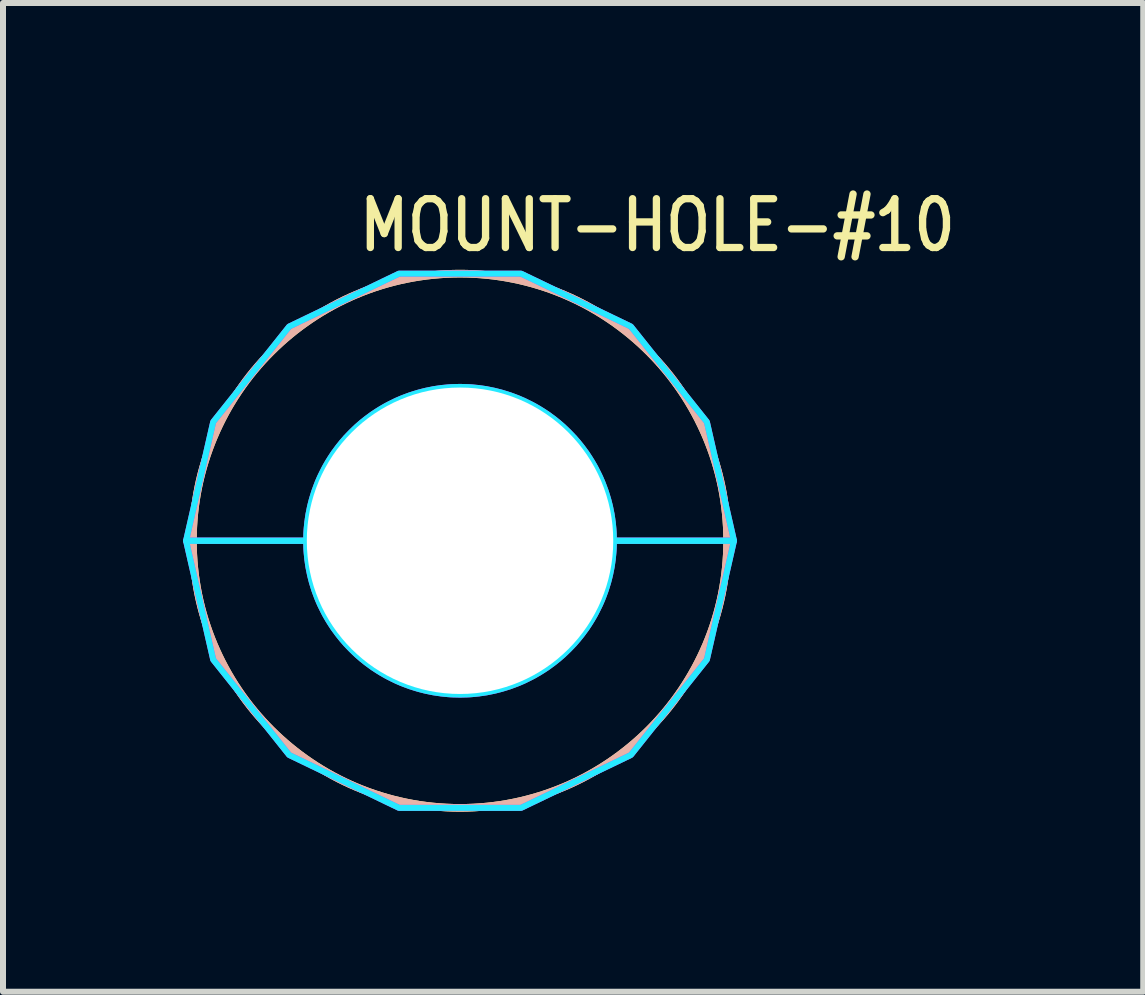
<source format=kicad_pcb>
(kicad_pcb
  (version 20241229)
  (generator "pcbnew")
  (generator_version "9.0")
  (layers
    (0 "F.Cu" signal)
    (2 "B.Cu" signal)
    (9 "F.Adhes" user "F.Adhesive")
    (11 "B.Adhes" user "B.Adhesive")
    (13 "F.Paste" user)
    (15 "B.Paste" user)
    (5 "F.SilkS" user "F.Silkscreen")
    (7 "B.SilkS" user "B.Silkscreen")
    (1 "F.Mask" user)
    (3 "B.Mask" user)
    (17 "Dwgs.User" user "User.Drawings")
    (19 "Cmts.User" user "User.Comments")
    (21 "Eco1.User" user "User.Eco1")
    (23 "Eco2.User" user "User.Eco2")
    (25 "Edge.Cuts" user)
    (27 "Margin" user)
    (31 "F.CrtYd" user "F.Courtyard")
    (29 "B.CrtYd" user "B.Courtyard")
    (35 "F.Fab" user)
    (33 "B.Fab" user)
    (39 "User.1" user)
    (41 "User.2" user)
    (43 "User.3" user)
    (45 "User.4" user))
  (footprint "MOUNT-HOLE-#10"
    (layer "F.Cu")
    (at 4.614 5.959)
    (property "Reference" "MOUNT-HOLE-#10" (at -1.74 -4.78 0) (unlocked yes) (layer "F.SilkS") (effects (font (size 0.813 0.695) (thickness 0.122)) (justify left bottom)))
    (fp_circle (center 0 0) (end 4.28 0) (stroke (width 0) (type solid)) (fill yes) (layer "F.Mask"))
    (fp_circle (center 0 0) (end 4.45 0) (stroke (width 0) (type solid)) (fill yes) (layer "F.Mask"))
    (fp_circle (center 0 0) (end 4.45 0) (stroke (width 0) (type solid)) (fill yes) (layer "F.Mask"))
    (fp_circle (center 0 0) (end 4.28 0) (stroke (width 0) (type solid)) (fill yes) (layer "B.Mask"))
    (fp_circle (center 0 0) (end 4.45 0) (stroke (width 0) (type solid)) (fill yes) (layer "B.Mask"))
    (fp_circle (center 0 0) (end 4.45 0) (stroke (width 0.127) (type solid)) (fill no) (layer "F.SilkS"))
    (fp_circle (center 0 0) (end 4.45 0) (stroke (width 0.127) (type solid)) (fill no) (layer "B.SilkS"))
    (fp_poly (pts (xy -4.564 0) (xy -4.112 -1.98) (xy -2.846 -3.569) (xy -1.016 -4.45) (xy 1.016 -4.45) (xy 2.846 -3.569) (xy 4.112 -1.98) (xy 4.564 0) (xy 2.563 0) (xy 2.563 -0.000078) (xy 2.562 -0.04) (xy 2.562 -0.04) (xy 2.561 -0.08) (xy 2.561 -0.081) (xy 2.56 -0.121) (xy 2.56 -0.121) (xy 2.558 -0.161) (xy 2.558 -0.161) (xy 2.555 -0.201) (xy 2.555 -0.201) (xy 2.551 -0.241) (xy 2.551 -0.241) (xy 2.547 -0.281) (xy 2.547 -0.281) (xy 2.543 -0.321) (xy 2.542 -0.321) (xy 2.537 -0.361) (xy 2.537 -0.361) (xy 2.531 -0.401) (xy 2.531 -0.401) (xy 2.525 -0.441) (xy 2.525 -0.441) (xy 2.517 -0.48) (xy 2.517 -0.48) (xy 2.509 -0.52) (xy 2.509 -0.52) (xy 2.501 -0.559) (xy 2.501 -0.559) (xy 2.492 -0.598) (xy 2.492 -0.598) (xy 2.482 -0.637) (xy 2.482 -0.637) (xy 2.472 -0.676) (xy 2.472 -0.676) (xy 2.461 -0.715) (xy 2.461 -0.715) (xy 2.449 -0.753) (xy 2.449 -0.754) (xy 2.437 -0.792) (xy 2.437 -0.792) (xy 2.425 -0.83) (xy 2.425 -0.83) (xy 2.411 -0.868) (xy 2.411 -0.868) (xy 2.397 -0.906) (xy 2.397 -0.906) (xy 2.383 -0.943) (xy 2.383 -0.943) (xy 2.368 -0.981) (xy 2.368 -0.981) (xy 2.352 -1.018) (xy 2.352 -1.018) (xy 2.336 -1.055) (xy 2.336 -1.055) (xy 2.319 -1.091) (xy 2.319 -1.091) (xy 2.301 -1.127) (xy 2.301 -1.128) (xy 2.283 -1.163) (xy 2.283 -1.164) (xy 2.265 -1.199) (xy 2.265 -1.199) (xy 2.246 -1.235) (xy 2.246 -1.235) (xy 2.226 -1.27) (xy 2.226 -1.27) (xy 2.206 -1.304) (xy 2.206 -1.305) (xy 2.185 -1.339) (xy 2.185 -1.339) (xy 2.164 -1.373) (xy 2.164 -1.373) (xy 2.142 -1.407) (xy 2.142 -1.407) (xy 2.12 -1.44) (xy 2.12 -1.441) (xy 2.097 -1.474) (xy 2.097 -1.474) (xy 2.073 -1.506) (xy 2.073 -1.506) (xy 2.049 -1.539) (xy 2.049 -1.539) (xy 2.025 -1.571) (xy 2.025 -1.571) (xy 2 -1.602) (xy 2 -1.602) (xy 1.975 -1.633) (xy 1.975 -1.634) (xy 1.949 -1.664) (xy 1.949 -1.664) (xy 1.922 -1.695) (xy 1.922 -1.695) (xy 1.896 -1.725) (xy 1.895 -1.725) (xy 1.868 -1.754) (xy 1.868 -1.754) (xy 1.84 -1.783) (xy 1.84 -1.783) (xy 1.812 -1.812) (xy 1.812 -1.812) (xy 1.783 -1.84) (xy 1.783 -1.84) (xy 1.754 -1.868) (xy 1.754 -1.868) (xy 1.725 -1.895) (xy 1.725 -1.896) (xy 1.695 -1.922) (xy 1.695 -1.922) (xy 1.664 -1.949) (xy 1.664 -1.949) (xy 1.634 -1.975) (xy 1.633 -1.975) (xy 1.602 -2) (xy 1.602 -2) (xy 1.571 -2.025) (xy 1.571 -2.025) (xy 1.539 -2.049) (xy 1.539 -2.049) (xy 1.506 -2.073) (xy 1.506 -2.073) (xy 1.474 -2.097) (xy 1.474 -2.097) (xy 1.441 -2.12) (xy 1.44 -2.12) (xy 1.407 -2.142) (xy 1.407 -2.142) (xy 1.373 -2.164) (xy 1.373 -2.164) (xy 1.339 -2.185) (xy 1.339 -2.185) (xy 1.305 -2.206) (xy 1.304 -2.206) (xy 1.27 -2.226) (xy 1.27 -2.226) (xy 1.235 -2.246) (xy 1.235 -2.246) (xy 1.199 -2.265) (xy 1.199 -2.265) (xy 1.164 -2.283) (xy 1.163 -2.283) (xy 1.128 -2.301) (xy 1.127 -2.301) (xy 1.091 -2.319) (xy 1.091 -2.319) (xy 1.055 -2.336) (xy 1.055 -2.336) (xy 1.018 -2.352) (xy 1.018 -2.352) (xy 0.981 -2.368) (xy 0.981 -2.368) (xy 0.943 -2.383) (xy 0.943 -2.383) (xy 0.906 -2.397) (xy 0.906 -2.397) (xy 0.868 -2.411) (xy 0.868 -2.411) (xy 0.83 -2.425) (xy 0.83 -2.425) (xy 0.792 -2.437) (xy 0.792 -2.437) (xy 0.754 -2.449) (xy 0.753 -2.449) (xy 0.715 -2.461) (xy 0.715 -2.461) (xy 0.676 -2.472) (xy 0.676 -2.472) (xy 0.637 -2.482) (xy 0.637 -2.482) (xy 0.598 -2.492) (xy 0.598 -2.492) (xy 0.559 -2.501) (xy 0.559 -2.501) (xy 0.52 -2.509) (xy 0.52 -2.509) (xy 0.48 -2.517) (xy 0.48 -2.517) (xy 0.441 -2.525) (xy 0.441 -2.525) (xy 0.401 -2.531) (xy 0.401 -2.531) (xy 0.361 -2.537) (xy 0.361 -2.537) (xy 0.321 -2.542) (xy 0.321 -2.543) (xy 0.281 -2.547) (xy 0.281 -2.547) (xy 0.241 -2.551) (xy 0.241 -2.551) (xy 0.201 -2.555) (xy 0.201 -2.555) (xy 0.161 -2.558) (xy 0.161 -2.558) (xy 0.121 -2.56) (xy 0.121 -2.56) (xy 0.081 -2.561) (xy 0.08 -2.561) (xy 0.04 -2.562) (xy 0.04 -2.562) (xy 0.000078 -2.563) (xy -0.000078 -2.563) (xy -0.04 -2.562) (xy -0.04 -2.562) (xy -0.08 -2.561) (xy -0.081 -2.561) (xy -0.121 -2.56) (xy -0.121 -2.56) (xy -0.161 -2.558) (xy -0.161 -2.558) (xy -0.201 -2.555) (xy -0.201 -2.555) (xy -0.241 -2.551) (xy -0.241 -2.551) (xy -0.281 -2.547) (xy -0.281 -2.547) (xy -0.321 -2.543) (xy -0.321 -2.542) (xy -0.361 -2.537) (xy -0.361 -2.537) (xy -0.401 -2.531) (xy -0.401 -2.531) (xy -0.441 -2.525) (xy -0.441 -2.525) (xy -0.48 -2.517) (xy -0.48 -2.517) (xy -0.52 -2.509) (xy -0.52 -2.509) (xy -0.559 -2.501) (xy -0.559 -2.501) (xy -0.598 -2.492) (xy -0.598 -2.492) (xy -0.637 -2.482) (xy -0.637 -2.482) (xy -0.676 -2.472) (xy -0.676 -2.472) (xy -0.715 -2.461) (xy -0.715 -2.461) (xy -0.753 -2.449) (xy -0.754 -2.449) (xy -0.792 -2.437) (xy -0.792 -2.437) (xy -0.83 -2.425) (xy -0.83 -2.425) (xy -0.868 -2.411) (xy -0.868 -2.411) (xy -0.906 -2.397) (xy -0.906 -2.397) (xy -0.943 -2.383) (xy -0.943 -2.383) (xy -0.981 -2.368) (xy -0.981 -2.368) (xy -1.018 -2.352) (xy -1.018 -2.352) (xy -1.055 -2.336) (xy -1.055 -2.336) (xy -1.091 -2.319) (xy -1.091 -2.319) (xy -1.127 -2.301) (xy -1.128 -2.301) (xy -1.163 -2.283) (xy -1.164 -2.283) (xy -1.199 -2.265) (xy -1.199 -2.265) (xy -1.235 -2.246) (xy -1.235 -2.246) (xy -1.27 -2.226) (xy -1.27 -2.226) (xy -1.304 -2.206) (xy -1.305 -2.206) (xy -1.339 -2.185) (xy -1.339 -2.185) (xy -1.373 -2.164) (xy -1.373 -2.164) (xy -1.407 -2.142) (xy -1.407 -2.142) (xy -1.44 -2.12) (xy -1.441 -2.12) (xy -1.474 -2.097) (xy -1.474 -2.097) (xy -1.506 -2.073) (xy -1.506 -2.073) (xy -1.539 -2.049) (xy -1.539 -2.049) (xy -1.571 -2.025) (xy -1.571 -2.025) (xy -1.602 -2) (xy -1.602 -2) (xy -1.633 -1.975) (xy -1.634 -1.975) (xy -1.664 -1.949) (xy -1.664 -1.949) (xy -1.695 -1.922) (xy -1.695 -1.922) (xy -1.725 -1.896) (xy -1.725 -1.895) (xy -1.754 -1.868) (xy -1.754 -1.868) (xy -1.783 -1.84) (xy -1.783 -1.84) (xy -1.812 -1.812) (xy -1.812 -1.812) (xy -1.84 -1.783) (xy -1.84 -1.783) (xy -1.868 -1.754) (xy -1.868 -1.754) (xy -1.895 -1.725) (xy -1.896 -1.725) (xy -1.922 -1.695) (xy -1.922 -1.695) (xy -1.949 -1.664) (xy -1.949 -1.664) (xy -1.975 -1.634) (xy -1.975 -1.633) (xy -2 -1.602) (xy -2 -1.602) (xy -2.025 -1.571) (xy -2.025 -1.571) (xy -2.049 -1.539) (xy -2.049 -1.539) (xy -2.073 -1.506) (xy -2.073 -1.506) (xy -2.097 -1.474) (xy -2.097 -1.474) (xy -2.12 -1.441) (xy -2.12 -1.44) (xy -2.142 -1.407) (xy -2.142 -1.407) (xy -2.164 -1.373) (xy -2.164 -1.373) (xy -2.185 -1.339) (xy -2.185 -1.339) (xy -2.206 -1.305) (xy -2.206 -1.304) (xy -2.226 -1.27) (xy -2.226 -1.27) (xy -2.246 -1.235) (xy -2.246 -1.235) (xy -2.265 -1.199) (xy -2.265 -1.199) (xy -2.283 -1.164) (xy -2.283 -1.163) (xy -2.301 -1.128) (xy -2.301 -1.127) (xy -2.319 -1.091) (xy -2.319 -1.091) (xy -2.336 -1.055) (xy -2.336 -1.055) (xy -2.352 -1.018) (xy -2.352 -1.018) (xy -2.368 -0.981) (xy -2.368 -0.981) (xy -2.383 -0.943) (xy -2.383 -0.943) (xy -2.397 -0.906) (xy -2.397 -0.906) (xy -2.411 -0.868) (xy -2.411 -0.868) (xy -2.425 -0.83) (xy -2.425 -0.83) (xy -2.437 -0.792) (xy -2.437 -0.792) (xy -2.449 -0.754) (xy -2.449 -0.753) (xy -2.461 -0.715) (xy -2.461 -0.715) (xy -2.472 -0.676) (xy -2.472 -0.676) (xy -2.482 -0.637) (xy -2.482 -0.637) (xy -2.492 -0.598) (xy -2.492 -0.598) (xy -2.501 -0.559) (xy -2.501 -0.559) (xy -2.509 -0.52) (xy -2.509 -0.52) (xy -2.517 -0.48) (xy -2.517 -0.48) (xy -2.525 -0.441) (xy -2.525 -0.441) (xy -2.531 -0.401) (xy -2.531 -0.401) (xy -2.537 -0.361) (xy -2.537 -0.361) (xy -2.542 -0.321) (xy -2.543 -0.321) (xy -2.547 -0.281) (xy -2.547 -0.281) (xy -2.551 -0.241) (xy -2.551 -0.241) (xy -2.555 -0.201) (xy -2.555 -0.201) (xy -2.558 -0.161) (xy -2.558 -0.161) (xy -2.56 -0.121) (xy -2.56 -0.121) (xy -2.561 -0.081) (xy -2.561 -0.08) (xy -2.562 -0.04) (xy -2.562 -0.04) (xy -2.563 -0.000078) (xy -2.563 0)) (stroke (width 0.1) (type solid)) (fill no) (layer "B.CrtYd"))
    (fp_poly (pts (xy 4.112 1.98) (xy 2.846 3.569) (xy 1.016 4.45) (xy -1.016 4.45) (xy -2.846 3.569) (xy -4.112 1.98) (xy -4.564 0) (xy -2.563 0) (xy -2.563 0.000078) (xy -2.562 0.04) (xy -2.562 0.04) (xy -2.561 0.08) (xy -2.561 0.081) (xy -2.56 0.121) (xy -2.56 0.121) (xy -2.558 0.161) (xy -2.558 0.161) (xy -2.555 0.201) (xy -2.555 0.201) (xy -2.551 0.241) (xy -2.551 0.241) (xy -2.547 0.281) (xy -2.547 0.281) (xy -2.543 0.321) (xy -2.542 0.321) (xy -2.537 0.361) (xy -2.537 0.361) (xy -2.531 0.401) (xy -2.531 0.401) (xy -2.525 0.441) (xy -2.525 0.441) (xy -2.517 0.48) (xy -2.517 0.48) (xy -2.509 0.52) (xy -2.509 0.52) (xy -2.501 0.559) (xy -2.501 0.559) (xy -2.492 0.598) (xy -2.492 0.598) (xy -2.482 0.637) (xy -2.482 0.637) (xy -2.472 0.676) (xy -2.472 0.676) (xy -2.461 0.715) (xy -2.461 0.715) (xy -2.449 0.753) (xy -2.449 0.754) (xy -2.437 0.792) (xy -2.437 0.792) (xy -2.425 0.83) (xy -2.425 0.83) (xy -2.411 0.868) (xy -2.411 0.868) (xy -2.397 0.906) (xy -2.397 0.906) (xy -2.383 0.943) (xy -2.383 0.943) (xy -2.368 0.981) (xy -2.368 0.981) (xy -2.352 1.018) (xy -2.352 1.018) (xy -2.336 1.055) (xy -2.336 1.055) (xy -2.319 1.091) (xy -2.319 1.091) (xy -2.301 1.127) (xy -2.301 1.128) (xy -2.283 1.163) (xy -2.283 1.164) (xy -2.265 1.199) (xy -2.265 1.199) (xy -2.246 1.235) (xy -2.246 1.235) (xy -2.226 1.27) (xy -2.226 1.27) (xy -2.206 1.304) (xy -2.206 1.305) (xy -2.185 1.339) (xy -2.185 1.339) (xy -2.164 1.373) (xy -2.164 1.373) (xy -2.142 1.407) (xy -2.142 1.407) (xy -2.12 1.44) (xy -2.12 1.441) (xy -2.097 1.474) (xy -2.097 1.474) (xy -2.073 1.506) (xy -2.073 1.506) (xy -2.049 1.539) (xy -2.049 1.539) (xy -2.025 1.571) (xy -2.025 1.571) (xy -2 1.602) (xy -2 1.602) (xy -1.975 1.633) (xy -1.975 1.634) (xy -1.949 1.664) (xy -1.949 1.664) (xy -1.922 1.695) (xy -1.922 1.695) (xy -1.896 1.725) (xy -1.895 1.725) (xy -1.868 1.754) (xy -1.868 1.754) (xy -1.84 1.783) (xy -1.84 1.783) (xy -1.812 1.812) (xy -1.812 1.812) (xy -1.783 1.84) (xy -1.783 1.84) (xy -1.754 1.868) (xy -1.754 1.868) (xy -1.725 1.895) (xy -1.725 1.896) (xy -1.695 1.922) (xy -1.695 1.922) (xy -1.664 1.949) (xy -1.664 1.949) (xy -1.634 1.975) (xy -1.633 1.975) (xy -1.602 2) (xy -1.602 2) (xy -1.571 2.025) (xy -1.571 2.025) (xy -1.539 2.049) (xy -1.539 2.049) (xy -1.506 2.073) (xy -1.506 2.073) (xy -1.474 2.097) (xy -1.474 2.097) (xy -1.441 2.12) (xy -1.44 2.12) (xy -1.407 2.142) (xy -1.407 2.142) (xy -1.373 2.164) (xy -1.373 2.164) (xy -1.339 2.185) (xy -1.339 2.185) (xy -1.305 2.206) (xy -1.304 2.206) (xy -1.27 2.226) (xy -1.27 2.226) (xy -1.235 2.246) (xy -1.235 2.246) (xy -1.199 2.265) (xy -1.199 2.265) (xy -1.164 2.283) (xy -1.163 2.283) (xy -1.128 2.301) (xy -1.127 2.301) (xy -1.091 2.319) (xy -1.091 2.319) (xy -1.055 2.336) (xy -1.055 2.336) (xy -1.018 2.352) (xy -1.018 2.352) (xy -0.981 2.368) (xy -0.981 2.368) (xy -0.943 2.383) (xy -0.943 2.383) (xy -0.906 2.397) (xy -0.906 2.397) (xy -0.868 2.411) (xy -0.868 2.411) (xy -0.83 2.425) (xy -0.83 2.425) (xy -0.792 2.437) (xy -0.792 2.437) (xy -0.754 2.449) (xy -0.753 2.449) (xy -0.715 2.461) (xy -0.715 2.461) (xy -0.676 2.472) (xy -0.676 2.472) (xy -0.637 2.482) (xy -0.637 2.482) (xy -0.598 2.492) (xy -0.598 2.492) (xy -0.559 2.501) (xy -0.559 2.501) (xy -0.52 2.509) (xy -0.52 2.509) (xy -0.48 2.517) (xy -0.48 2.517) (xy -0.441 2.525) (xy -0.441 2.525) (xy -0.401 2.531) (xy -0.401 2.531) (xy -0.361 2.537) (xy -0.361 2.537) (xy -0.321 2.542) (xy -0.321 2.543) (xy -0.281 2.547) (xy -0.281 2.547) (xy -0.241 2.551) (xy -0.241 2.551) (xy -0.201 2.555) (xy -0.201 2.555) (xy -0.161 2.558) (xy -0.161 2.558) (xy -0.121 2.56) (xy -0.121 2.56) (xy -0.081 2.561) (xy -0.08 2.561) (xy -0.04 2.562) (xy -0.04 2.562) (xy -0.000078 2.563) (xy 0.000078 2.563) (xy 0.04 2.562) (xy 0.04 2.562) (xy 0.08 2.561) (xy 0.081 2.561) (xy 0.121 2.56) (xy 0.121 2.56) (xy 0.161 2.558) (xy 0.161 2.558) (xy 0.201 2.555) (xy 0.201 2.555) (xy 0.241 2.551) (xy 0.241 2.551) (xy 0.281 2.547) (xy 0.281 2.547) (xy 0.321 2.543) (xy 0.321 2.542) (xy 0.361 2.537) (xy 0.361 2.537) (xy 0.401 2.531) (xy 0.401 2.531) (xy 0.441 2.525) (xy 0.441 2.525) (xy 0.48 2.517) (xy 0.48 2.517) (xy 0.52 2.509) (xy 0.52 2.509) (xy 0.559 2.501) (xy 0.559 2.501) (xy 0.598 2.492) (xy 0.598 2.492) (xy 0.637 2.482) (xy 0.637 2.482) (xy 0.676 2.472) (xy 0.676 2.472) (xy 0.715 2.461) (xy 0.715 2.461) (xy 0.753 2.449) (xy 0.754 2.449) (xy 0.792 2.437) (xy 0.792 2.437) (xy 0.83 2.425) (xy 0.83 2.425) (xy 0.868 2.411) (xy 0.868 2.411) (xy 0.906 2.397) (xy 0.906 2.397) (xy 0.943 2.383) (xy 0.943 2.383) (xy 0.981 2.368) (xy 0.981 2.368) (xy 1.018 2.352) (xy 1.018 2.352) (xy 1.055 2.336) (xy 1.055 2.336) (xy 1.091 2.319) (xy 1.091 2.319) (xy 1.127 2.301) (xy 1.128 2.301) (xy 1.163 2.283) (xy 1.164 2.283) (xy 1.199 2.265) (xy 1.199 2.265) (xy 1.235 2.246) (xy 1.235 2.246) (xy 1.27 2.226) (xy 1.27 2.226) (xy 1.304 2.206) (xy 1.305 2.206) (xy 1.339 2.185) (xy 1.339 2.185) (xy 1.373 2.164) (xy 1.373 2.164) (xy 1.407 2.142) (xy 1.407 2.142) (xy 1.44 2.12) (xy 1.441 2.12) (xy 1.474 2.097) (xy 1.474 2.097) (xy 1.506 2.073) (xy 1.506 2.073) (xy 1.539 2.049) (xy 1.539 2.049) (xy 1.571 2.025) (xy 1.571 2.025) (xy 1.602 2) (xy 1.602 2) (xy 1.633 1.975) (xy 1.634 1.975) (xy 1.664 1.949) (xy 1.664 1.949) (xy 1.695 1.922) (xy 1.695 1.922) (xy 1.725 1.896) (xy 1.725 1.895) (xy 1.754 1.868) (xy 1.754 1.868) (xy 1.783 1.84) (xy 1.783 1.84) (xy 1.812 1.812) (xy 1.812 1.812) (xy 1.84 1.783) (xy 1.84 1.783) (xy 1.868 1.754) (xy 1.868 1.754) (xy 1.895 1.725) (xy 1.896 1.725) (xy 1.922 1.695) (xy 1.922 1.695) (xy 1.949 1.664) (xy 1.949 1.664) (xy 1.975 1.634) (xy 1.975 1.633) (xy 2 1.602) (xy 2 1.602) (xy 2.025 1.571) (xy 2.025 1.571) (xy 2.049 1.539) (xy 2.049 1.539) (xy 2.073 1.506) (xy 2.073 1.506) (xy 2.097 1.474) (xy 2.097 1.474) (xy 2.12 1.441) (xy 2.12 1.44) (xy 2.142 1.407) (xy 2.142 1.407) (xy 2.164 1.373) (xy 2.164 1.373) (xy 2.185 1.339) (xy 2.185 1.339) (xy 2.206 1.305) (xy 2.206 1.304) (xy 2.226 1.27) (xy 2.226 1.27) (xy 2.246 1.235) (xy 2.246 1.235) (xy 2.265 1.199) (xy 2.265 1.199) (xy 2.283 1.164) (xy 2.283 1.163) (xy 2.301 1.128) (xy 2.301 1.127) (xy 2.319 1.091) (xy 2.319 1.091) (xy 2.336 1.055) (xy 2.336 1.055) (xy 2.352 1.018) (xy 2.352 1.018) (xy 2.368 0.981) (xy 2.368 0.981) (xy 2.383 0.943) (xy 2.383 0.943) (xy 2.397 0.906) (xy 2.397 0.906) (xy 2.411 0.868) (xy 2.411 0.868) (xy 2.425 0.83) (xy 2.425 0.83) (xy 2.437 0.792) (xy 2.437 0.792) (xy 2.449 0.754) (xy 2.449 0.753) (xy 2.461 0.715) (xy 2.461 0.715) (xy 2.472 0.676) (xy 2.472 0.676) (xy 2.482 0.637) (xy 2.482 0.637) (xy 2.492 0.598) (xy 2.492 0.598) (xy 2.501 0.559) (xy 2.501 0.559) (xy 2.509 0.52) (xy 2.509 0.52) (xy 2.517 0.48) (xy 2.517 0.48) (xy 2.525 0.441) (xy 2.525 0.441) (xy 2.531 0.401) (xy 2.531 0.401) (xy 2.537 0.361) (xy 2.537 0.361) (xy 2.542 0.321) (xy 2.543 0.321) (xy 2.547 0.281) (xy 2.547 0.281) (xy 2.551 0.241) (xy 2.551 0.241) (xy 2.555 0.201) (xy 2.555 0.201) (xy 2.558 0.161) (xy 2.558 0.161) (xy 2.56 0.121) (xy 2.56 0.121) (xy 2.561 0.081) (xy 2.561 0.08) (xy 2.562 0.04) (xy 2.562 0.04) (xy 2.563 0.000078) (xy 2.563 0) (xy 4.564 0)) (stroke (width 0.1) (type solid)) (fill no) (layer "B.CrtYd"))
    (fp_poly (pts (xy -4.564 0) (xy -4.112 -1.98) (xy -2.846 -3.569) (xy -1.016 -4.45) (xy 1.016 -4.45) (xy 2.846 -3.569) (xy 4.112 -1.98) (xy 4.564 0) (xy 2.563 0) (xy 2.563 -0.000078) (xy 2.562 -0.04) (xy 2.562 -0.04) (xy 2.561 -0.08) (xy 2.561 -0.081) (xy 2.56 -0.121) (xy 2.56 -0.121) (xy 2.558 -0.161) (xy 2.558 -0.161) (xy 2.555 -0.201) (xy 2.555 -0.201) (xy 2.551 -0.241) (xy 2.551 -0.241) (xy 2.547 -0.281) (xy 2.547 -0.281) (xy 2.543 -0.321) (xy 2.542 -0.321) (xy 2.537 -0.361) (xy 2.537 -0.361) (xy 2.531 -0.401) (xy 2.531 -0.401) (xy 2.525 -0.441) (xy 2.525 -0.441) (xy 2.517 -0.48) (xy 2.517 -0.48) (xy 2.509 -0.52) (xy 2.509 -0.52) (xy 2.501 -0.559) (xy 2.501 -0.559) (xy 2.492 -0.598) (xy 2.492 -0.598) (xy 2.482 -0.637) (xy 2.482 -0.637) (xy 2.472 -0.676) (xy 2.472 -0.676) (xy 2.461 -0.715) (xy 2.461 -0.715) (xy 2.449 -0.753) (xy 2.449 -0.754) (xy 2.437 -0.792) (xy 2.437 -0.792) (xy 2.425 -0.83) (xy 2.425 -0.83) (xy 2.411 -0.868) (xy 2.411 -0.868) (xy 2.397 -0.906) (xy 2.397 -0.906) (xy 2.383 -0.943) (xy 2.383 -0.943) (xy 2.368 -0.981) (xy 2.368 -0.981) (xy 2.352 -1.018) (xy 2.352 -1.018) (xy 2.336 -1.055) (xy 2.336 -1.055) (xy 2.319 -1.091) (xy 2.319 -1.091) (xy 2.301 -1.127) (xy 2.301 -1.128) (xy 2.283 -1.163) (xy 2.283 -1.164) (xy 2.265 -1.199) (xy 2.265 -1.199) (xy 2.246 -1.235) (xy 2.246 -1.235) (xy 2.226 -1.27) (xy 2.226 -1.27) (xy 2.206 -1.304) (xy 2.206 -1.305) (xy 2.185 -1.339) (xy 2.185 -1.339) (xy 2.164 -1.373) (xy 2.164 -1.373) (xy 2.142 -1.407) (xy 2.142 -1.407) (xy 2.12 -1.44) (xy 2.12 -1.441) (xy 2.097 -1.474) (xy 2.097 -1.474) (xy 2.073 -1.506) (xy 2.073 -1.506) (xy 2.049 -1.539) (xy 2.049 -1.539) (xy 2.025 -1.571) (xy 2.025 -1.571) (xy 2 -1.602) (xy 2 -1.602) (xy 1.975 -1.633) (xy 1.975 -1.634) (xy 1.949 -1.664) (xy 1.949 -1.664) (xy 1.922 -1.695) (xy 1.922 -1.695) (xy 1.896 -1.725) (xy 1.895 -1.725) (xy 1.868 -1.754) (xy 1.868 -1.754) (xy 1.84 -1.783) (xy 1.84 -1.783) (xy 1.812 -1.812) (xy 1.812 -1.812) (xy 1.783 -1.84) (xy 1.783 -1.84) (xy 1.754 -1.868) (xy 1.754 -1.868) (xy 1.725 -1.895) (xy 1.725 -1.896) (xy 1.695 -1.922) (xy 1.695 -1.922) (xy 1.664 -1.949) (xy 1.664 -1.949) (xy 1.634 -1.975) (xy 1.633 -1.975) (xy 1.602 -2) (xy 1.602 -2) (xy 1.571 -2.025) (xy 1.571 -2.025) (xy 1.539 -2.049) (xy 1.539 -2.049) (xy 1.506 -2.073) (xy 1.506 -2.073) (xy 1.474 -2.097) (xy 1.474 -2.097) (xy 1.441 -2.12) (xy 1.44 -2.12) (xy 1.407 -2.142) (xy 1.407 -2.142) (xy 1.373 -2.164) (xy 1.373 -2.164) (xy 1.339 -2.185) (xy 1.339 -2.185) (xy 1.305 -2.206) (xy 1.304 -2.206) (xy 1.27 -2.226) (xy 1.27 -2.226) (xy 1.235 -2.246) (xy 1.235 -2.246) (xy 1.199 -2.265) (xy 1.199 -2.265) (xy 1.164 -2.283) (xy 1.163 -2.283) (xy 1.128 -2.301) (xy 1.127 -2.301) (xy 1.091 -2.319) (xy 1.091 -2.319) (xy 1.055 -2.336) (xy 1.055 -2.336) (xy 1.018 -2.352) (xy 1.018 -2.352) (xy 0.981 -2.368) (xy 0.981 -2.368) (xy 0.943 -2.383) (xy 0.943 -2.383) (xy 0.906 -2.397) (xy 0.906 -2.397) (xy 0.868 -2.411) (xy 0.868 -2.411) (xy 0.83 -2.425) (xy 0.83 -2.425) (xy 0.792 -2.437) (xy 0.792 -2.437) (xy 0.754 -2.449) (xy 0.753 -2.449) (xy 0.715 -2.461) (xy 0.715 -2.461) (xy 0.676 -2.472) (xy 0.676 -2.472) (xy 0.637 -2.482) (xy 0.637 -2.482) (xy 0.598 -2.492) (xy 0.598 -2.492) (xy 0.559 -2.501) (xy 0.559 -2.501) (xy 0.52 -2.509) (xy 0.52 -2.509) (xy 0.48 -2.517) (xy 0.48 -2.517) (xy 0.441 -2.525) (xy 0.441 -2.525) (xy 0.401 -2.531) (xy 0.401 -2.531) (xy 0.361 -2.537) (xy 0.361 -2.537) (xy 0.321 -2.542) (xy 0.321 -2.543) (xy 0.281 -2.547) (xy 0.281 -2.547) (xy 0.241 -2.551) (xy 0.241 -2.551) (xy 0.201 -2.555) (xy 0.201 -2.555) (xy 0.161 -2.558) (xy 0.161 -2.558) (xy 0.121 -2.56) (xy 0.121 -2.56) (xy 0.081 -2.561) (xy 0.08 -2.561) (xy 0.04 -2.562) (xy 0.04 -2.562) (xy 0.000078 -2.563) (xy -0.000078 -2.563) (xy -0.04 -2.562) (xy -0.04 -2.562) (xy -0.08 -2.561) (xy -0.081 -2.561) (xy -0.121 -2.56) (xy -0.121 -2.56) (xy -0.161 -2.558) (xy -0.161 -2.558) (xy -0.201 -2.555) (xy -0.201 -2.555) (xy -0.241 -2.551) (xy -0.241 -2.551) (xy -0.281 -2.547) (xy -0.281 -2.547) (xy -0.321 -2.543) (xy -0.321 -2.542) (xy -0.361 -2.537) (xy -0.361 -2.537) (xy -0.401 -2.531) (xy -0.401 -2.531) (xy -0.441 -2.525) (xy -0.441 -2.525) (xy -0.48 -2.517) (xy -0.48 -2.517) (xy -0.52 -2.509) (xy -0.52 -2.509) (xy -0.559 -2.501) (xy -0.559 -2.501) (xy -0.598 -2.492) (xy -0.598 -2.492) (xy -0.637 -2.482) (xy -0.637 -2.482) (xy -0.676 -2.472) (xy -0.676 -2.472) (xy -0.715 -2.461) (xy -0.715 -2.461) (xy -0.753 -2.449) (xy -0.754 -2.449) (xy -0.792 -2.437) (xy -0.792 -2.437) (xy -0.83 -2.425) (xy -0.83 -2.425) (xy -0.868 -2.411) (xy -0.868 -2.411) (xy -0.906 -2.397) (xy -0.906 -2.397) (xy -0.943 -2.383) (xy -0.943 -2.383) (xy -0.981 -2.368) (xy -0.981 -2.368) (xy -1.018 -2.352) (xy -1.018 -2.352) (xy -1.055 -2.336) (xy -1.055 -2.336) (xy -1.091 -2.319) (xy -1.091 -2.319) (xy -1.127 -2.301) (xy -1.128 -2.301) (xy -1.163 -2.283) (xy -1.164 -2.283) (xy -1.199 -2.265) (xy -1.199 -2.265) (xy -1.235 -2.246) (xy -1.235 -2.246) (xy -1.27 -2.226) (xy -1.27 -2.226) (xy -1.304 -2.206) (xy -1.305 -2.206) (xy -1.339 -2.185) (xy -1.339 -2.185) (xy -1.373 -2.164) (xy -1.373 -2.164) (xy -1.407 -2.142) (xy -1.407 -2.142) (xy -1.44 -2.12) (xy -1.441 -2.12) (xy -1.474 -2.097) (xy -1.474 -2.097) (xy -1.506 -2.073) (xy -1.506 -2.073) (xy -1.539 -2.049) (xy -1.539 -2.049) (xy -1.571 -2.025) (xy -1.571 -2.025) (xy -1.602 -2) (xy -1.602 -2) (xy -1.633 -1.975) (xy -1.634 -1.975) (xy -1.664 -1.949) (xy -1.664 -1.949) (xy -1.695 -1.922) (xy -1.695 -1.922) (xy -1.725 -1.896) (xy -1.725 -1.895) (xy -1.754 -1.868) (xy -1.754 -1.868) (xy -1.783 -1.84) (xy -1.783 -1.84) (xy -1.812 -1.812) (xy -1.812 -1.812) (xy -1.84 -1.783) (xy -1.84 -1.783) (xy -1.868 -1.754) (xy -1.868 -1.754) (xy -1.895 -1.725) (xy -1.896 -1.725) (xy -1.922 -1.695) (xy -1.922 -1.695) (xy -1.949 -1.664) (xy -1.949 -1.664) (xy -1.975 -1.634) (xy -1.975 -1.633) (xy -2 -1.602) (xy -2 -1.602) (xy -2.025 -1.571) (xy -2.025 -1.571) (xy -2.049 -1.539) (xy -2.049 -1.539) (xy -2.073 -1.506) (xy -2.073 -1.506) (xy -2.097 -1.474) (xy -2.097 -1.474) (xy -2.12 -1.441) (xy -2.12 -1.44) (xy -2.142 -1.407) (xy -2.142 -1.407) (xy -2.164 -1.373) (xy -2.164 -1.373) (xy -2.185 -1.339) (xy -2.185 -1.339) (xy -2.206 -1.305) (xy -2.206 -1.304) (xy -2.226 -1.27) (xy -2.226 -1.27) (xy -2.246 -1.235) (xy -2.246 -1.235) (xy -2.265 -1.199) (xy -2.265 -1.199) (xy -2.283 -1.164) (xy -2.283 -1.163) (xy -2.301 -1.128) (xy -2.301 -1.127) (xy -2.319 -1.091) (xy -2.319 -1.091) (xy -2.336 -1.055) (xy -2.336 -1.055) (xy -2.352 -1.018) (xy -2.352 -1.018) (xy -2.368 -0.981) (xy -2.368 -0.981) (xy -2.383 -0.943) (xy -2.383 -0.943) (xy -2.397 -0.906) (xy -2.397 -0.906) (xy -2.411 -0.868) (xy -2.411 -0.868) (xy -2.425 -0.83) (xy -2.425 -0.83) (xy -2.437 -0.792) (xy -2.437 -0.792) (xy -2.449 -0.754) (xy -2.449 -0.753) (xy -2.461 -0.715) (xy -2.461 -0.715) (xy -2.472 -0.676) (xy -2.472 -0.676) (xy -2.482 -0.637) (xy -2.482 -0.637) (xy -2.492 -0.598) (xy -2.492 -0.598) (xy -2.501 -0.559) (xy -2.501 -0.559) (xy -2.509 -0.52) (xy -2.509 -0.52) (xy -2.517 -0.48) (xy -2.517 -0.48) (xy -2.525 -0.441) (xy -2.525 -0.441) (xy -2.531 -0.401) (xy -2.531 -0.401) (xy -2.537 -0.361) (xy -2.537 -0.361) (xy -2.542 -0.321) (xy -2.543 -0.321) (xy -2.547 -0.281) (xy -2.547 -0.281) (xy -2.551 -0.241) (xy -2.551 -0.241) (xy -2.555 -0.201) (xy -2.555 -0.201) (xy -2.558 -0.161) (xy -2.558 -0.161) (xy -2.56 -0.121) (xy -2.56 -0.121) (xy -2.561 -0.081) (xy -2.561 -0.08) (xy -2.562 -0.04) (xy -2.562 -0.04) (xy -2.563 -0.000078) (xy -2.563 0)) (stroke (width 0.1) (type solid)) (fill no) (layer "F.CrtYd"))
    (fp_poly (pts (xy 4.112 1.98) (xy 2.846 3.569) (xy 1.016 4.45) (xy -1.016 4.45) (xy -2.846 3.569) (xy -4.112 1.98) (xy -4.564 0) (xy -2.563 0) (xy -2.563 0.000078) (xy -2.562 0.04) (xy -2.562 0.04) (xy -2.561 0.08) (xy -2.561 0.081) (xy -2.56 0.121) (xy -2.56 0.121) (xy -2.558 0.161) (xy -2.558 0.161) (xy -2.555 0.201) (xy -2.555 0.201) (xy -2.551 0.241) (xy -2.551 0.241) (xy -2.547 0.281) (xy -2.547 0.281) (xy -2.543 0.321) (xy -2.542 0.321) (xy -2.537 0.361) (xy -2.537 0.361) (xy -2.531 0.401) (xy -2.531 0.401) (xy -2.525 0.441) (xy -2.525 0.441) (xy -2.517 0.48) (xy -2.517 0.48) (xy -2.509 0.52) (xy -2.509 0.52) (xy -2.501 0.559) (xy -2.501 0.559) (xy -2.492 0.598) (xy -2.492 0.598) (xy -2.482 0.637) (xy -2.482 0.637) (xy -2.472 0.676) (xy -2.472 0.676) (xy -2.461 0.715) (xy -2.461 0.715) (xy -2.449 0.753) (xy -2.449 0.754) (xy -2.437 0.792) (xy -2.437 0.792) (xy -2.425 0.83) (xy -2.425 0.83) (xy -2.411 0.868) (xy -2.411 0.868) (xy -2.397 0.906) (xy -2.397 0.906) (xy -2.383 0.943) (xy -2.383 0.943) (xy -2.368 0.981) (xy -2.368 0.981) (xy -2.352 1.018) (xy -2.352 1.018) (xy -2.336 1.055) (xy -2.336 1.055) (xy -2.319 1.091) (xy -2.319 1.091) (xy -2.301 1.127) (xy -2.301 1.128) (xy -2.283 1.163) (xy -2.283 1.164) (xy -2.265 1.199) (xy -2.265 1.199) (xy -2.246 1.235) (xy -2.246 1.235) (xy -2.226 1.27) (xy -2.226 1.27) (xy -2.206 1.304) (xy -2.206 1.305) (xy -2.185 1.339) (xy -2.185 1.339) (xy -2.164 1.373) (xy -2.164 1.373) (xy -2.142 1.407) (xy -2.142 1.407) (xy -2.12 1.44) (xy -2.12 1.441) (xy -2.097 1.474) (xy -2.097 1.474) (xy -2.073 1.506) (xy -2.073 1.506) (xy -2.049 1.539) (xy -2.049 1.539) (xy -2.025 1.571) (xy -2.025 1.571) (xy -2 1.602) (xy -2 1.602) (xy -1.975 1.633) (xy -1.975 1.634) (xy -1.949 1.664) (xy -1.949 1.664) (xy -1.922 1.695) (xy -1.922 1.695) (xy -1.896 1.725) (xy -1.895 1.725) (xy -1.868 1.754) (xy -1.868 1.754) (xy -1.84 1.783) (xy -1.84 1.783) (xy -1.812 1.812) (xy -1.812 1.812) (xy -1.783 1.84) (xy -1.783 1.84) (xy -1.754 1.868) (xy -1.754 1.868) (xy -1.725 1.895) (xy -1.725 1.896) (xy -1.695 1.922) (xy -1.695 1.922) (xy -1.664 1.949) (xy -1.664 1.949) (xy -1.634 1.975) (xy -1.633 1.975) (xy -1.602 2) (xy -1.602 2) (xy -1.571 2.025) (xy -1.571 2.025) (xy -1.539 2.049) (xy -1.539 2.049) (xy -1.506 2.073) (xy -1.506 2.073) (xy -1.474 2.097) (xy -1.474 2.097) (xy -1.441 2.12) (xy -1.44 2.12) (xy -1.407 2.142) (xy -1.407 2.142) (xy -1.373 2.164) (xy -1.373 2.164) (xy -1.339 2.185) (xy -1.339 2.185) (xy -1.305 2.206) (xy -1.304 2.206) (xy -1.27 2.226) (xy -1.27 2.226) (xy -1.235 2.246) (xy -1.235 2.246) (xy -1.199 2.265) (xy -1.199 2.265) (xy -1.164 2.283) (xy -1.163 2.283) (xy -1.128 2.301) (xy -1.127 2.301) (xy -1.091 2.319) (xy -1.091 2.319) (xy -1.055 2.336) (xy -1.055 2.336) (xy -1.018 2.352) (xy -1.018 2.352) (xy -0.981 2.368) (xy -0.981 2.368) (xy -0.943 2.383) (xy -0.943 2.383) (xy -0.906 2.397) (xy -0.906 2.397) (xy -0.868 2.411) (xy -0.868 2.411) (xy -0.83 2.425) (xy -0.83 2.425) (xy -0.792 2.437) (xy -0.792 2.437) (xy -0.754 2.449) (xy -0.753 2.449) (xy -0.715 2.461) (xy -0.715 2.461) (xy -0.676 2.472) (xy -0.676 2.472) (xy -0.637 2.482) (xy -0.637 2.482) (xy -0.598 2.492) (xy -0.598 2.492) (xy -0.559 2.501) (xy -0.559 2.501) (xy -0.52 2.509) (xy -0.52 2.509) (xy -0.48 2.517) (xy -0.48 2.517) (xy -0.441 2.525) (xy -0.441 2.525) (xy -0.401 2.531) (xy -0.401 2.531) (xy -0.361 2.537) (xy -0.361 2.537) (xy -0.321 2.542) (xy -0.321 2.543) (xy -0.281 2.547) (xy -0.281 2.547) (xy -0.241 2.551) (xy -0.241 2.551) (xy -0.201 2.555) (xy -0.201 2.555) (xy -0.161 2.558) (xy -0.161 2.558) (xy -0.121 2.56) (xy -0.121 2.56) (xy -0.081 2.561) (xy -0.08 2.561) (xy -0.04 2.562) (xy -0.04 2.562) (xy -0.000078 2.563) (xy 0.000078 2.563) (xy 0.04 2.562) (xy 0.04 2.562) (xy 0.08 2.561) (xy 0.081 2.561) (xy 0.121 2.56) (xy 0.121 2.56) (xy 0.161 2.558) (xy 0.161 2.558) (xy 0.201 2.555) (xy 0.201 2.555) (xy 0.241 2.551) (xy 0.241 2.551) (xy 0.281 2.547) (xy 0.281 2.547) (xy 0.321 2.543) (xy 0.321 2.542) (xy 0.361 2.537) (xy 0.361 2.537) (xy 0.401 2.531) (xy 0.401 2.531) (xy 0.441 2.525) (xy 0.441 2.525) (xy 0.48 2.517) (xy 0.48 2.517) (xy 0.52 2.509) (xy 0.52 2.509) (xy 0.559 2.501) (xy 0.559 2.501) (xy 0.598 2.492) (xy 0.598 2.492) (xy 0.637 2.482) (xy 0.637 2.482) (xy 0.676 2.472) (xy 0.676 2.472) (xy 0.715 2.461) (xy 0.715 2.461) (xy 0.753 2.449) (xy 0.754 2.449) (xy 0.792 2.437) (xy 0.792 2.437) (xy 0.83 2.425) (xy 0.83 2.425) (xy 0.868 2.411) (xy 0.868 2.411) (xy 0.906 2.397) (xy 0.906 2.397) (xy 0.943 2.383) (xy 0.943 2.383) (xy 0.981 2.368) (xy 0.981 2.368) (xy 1.018 2.352) (xy 1.018 2.352) (xy 1.055 2.336) (xy 1.055 2.336) (xy 1.091 2.319) (xy 1.091 2.319) (xy 1.127 2.301) (xy 1.128 2.301) (xy 1.163 2.283) (xy 1.164 2.283) (xy 1.199 2.265) (xy 1.199 2.265) (xy 1.235 2.246) (xy 1.235 2.246) (xy 1.27 2.226) (xy 1.27 2.226) (xy 1.304 2.206) (xy 1.305 2.206) (xy 1.339 2.185) (xy 1.339 2.185) (xy 1.373 2.164) (xy 1.373 2.164) (xy 1.407 2.142) (xy 1.407 2.142) (xy 1.44 2.12) (xy 1.441 2.12) (xy 1.474 2.097) (xy 1.474 2.097) (xy 1.506 2.073) (xy 1.506 2.073) (xy 1.539 2.049) (xy 1.539 2.049) (xy 1.571 2.025) (xy 1.571 2.025) (xy 1.602 2) (xy 1.602 2) (xy 1.633 1.975) (xy 1.634 1.975) (xy 1.664 1.949) (xy 1.664 1.949) (xy 1.695 1.922) (xy 1.695 1.922) (xy 1.725 1.896) (xy 1.725 1.895) (xy 1.754 1.868) (xy 1.754 1.868) (xy 1.783 1.84) (xy 1.783 1.84) (xy 1.812 1.812) (xy 1.812 1.812) (xy 1.84 1.783) (xy 1.84 1.783) (xy 1.868 1.754) (xy 1.868 1.754) (xy 1.895 1.725) (xy 1.896 1.725) (xy 1.922 1.695) (xy 1.922 1.695) (xy 1.949 1.664) (xy 1.949 1.664) (xy 1.975 1.634) (xy 1.975 1.633) (xy 2 1.602) (xy 2 1.602) (xy 2.025 1.571) (xy 2.025 1.571) (xy 2.049 1.539) (xy 2.049 1.539) (xy 2.073 1.506) (xy 2.073 1.506) (xy 2.097 1.474) (xy 2.097 1.474) (xy 2.12 1.441) (xy 2.12 1.44) (xy 2.142 1.407) (xy 2.142 1.407) (xy 2.164 1.373) (xy 2.164 1.373) (xy 2.185 1.339) (xy 2.185 1.339) (xy 2.206 1.305) (xy 2.206 1.304) (xy 2.226 1.27) (xy 2.226 1.27) (xy 2.246 1.235) (xy 2.246 1.235) (xy 2.265 1.199) (xy 2.265 1.199) (xy 2.283 1.164) (xy 2.283 1.163) (xy 2.301 1.128) (xy 2.301 1.127) (xy 2.319 1.091) (xy 2.319 1.091) (xy 2.336 1.055) (xy 2.336 1.055) (xy 2.352 1.018) (xy 2.352 1.018) (xy 2.368 0.981) (xy 2.368 0.981) (xy 2.383 0.943) (xy 2.383 0.943) (xy 2.397 0.906) (xy 2.397 0.906) (xy 2.411 0.868) (xy 2.411 0.868) (xy 2.425 0.83) (xy 2.425 0.83) (xy 2.437 0.792) (xy 2.437 0.792) (xy 2.449 0.754) (xy 2.449 0.753) (xy 2.461 0.715) (xy 2.461 0.715) (xy 2.472 0.676) (xy 2.472 0.676) (xy 2.482 0.637) (xy 2.482 0.637) (xy 2.492 0.598) (xy 2.492 0.598) (xy 2.501 0.559) (xy 2.501 0.559) (xy 2.509 0.52) (xy 2.509 0.52) (xy 2.517 0.48) (xy 2.517 0.48) (xy 2.525 0.441) (xy 2.525 0.441) (xy 2.531 0.401) (xy 2.531 0.401) (xy 2.537 0.361) (xy 2.537 0.361) (xy 2.542 0.321) (xy 2.543 0.321) (xy 2.547 0.281) (xy 2.547 0.281) (xy 2.551 0.241) (xy 2.551 0.241) (xy 2.555 0.201) (xy 2.555 0.201) (xy 2.558 0.161) (xy 2.558 0.161) (xy 2.56 0.121) (xy 2.56 0.121) (xy 2.561 0.081) (xy 2.561 0.08) (xy 2.562 0.04) (xy 2.562 0.04) (xy 2.563 0.000078) (xy 2.563 0) (xy 4.564 0)) (stroke (width 0.1) (type solid)) (fill no) (layer "F.CrtYd"))
    (pad "" np_thru_hole circle (at 0 0) (size 5.105 5.105) (drill 5.105) (layers "*.Cu" "*.Mask")))
  (gr_rect
    (start -3 -3)
    (end 15.996 13.472)
    (stroke (width 0.1) (type default))
    (fill no)
    (layer "Edge.Cuts")))
</source>
